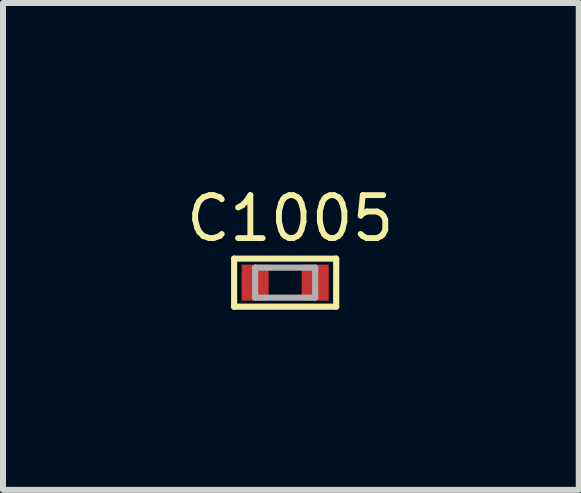
<source format=kicad_pcb>
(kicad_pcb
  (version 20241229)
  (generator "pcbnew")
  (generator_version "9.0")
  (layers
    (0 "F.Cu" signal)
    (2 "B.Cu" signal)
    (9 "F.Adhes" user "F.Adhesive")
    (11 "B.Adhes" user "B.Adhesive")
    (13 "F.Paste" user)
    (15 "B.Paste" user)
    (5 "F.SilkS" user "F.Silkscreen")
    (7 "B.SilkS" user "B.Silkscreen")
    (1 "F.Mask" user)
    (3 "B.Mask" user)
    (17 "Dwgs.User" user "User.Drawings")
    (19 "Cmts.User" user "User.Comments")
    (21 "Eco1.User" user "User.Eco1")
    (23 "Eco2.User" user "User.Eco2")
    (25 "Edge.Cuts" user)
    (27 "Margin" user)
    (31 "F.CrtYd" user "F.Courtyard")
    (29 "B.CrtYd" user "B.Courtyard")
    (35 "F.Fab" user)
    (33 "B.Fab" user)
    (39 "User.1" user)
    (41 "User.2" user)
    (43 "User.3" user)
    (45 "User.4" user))
  (footprint "C1005"
    (layer "F.Cu")
    (at 1.7 1.658)
    (property "Reference" "C1005" (at -1.7 -0.65 0) (layer "F.SilkS") (effects (font (size 0.715 0.715) (thickness 0.098)) (justify left bottom)))
    (fp_line (start -0.85 -0.4) (end 0.85 -0.4) (stroke (width 0.102) (type solid)) (layer "F.SilkS"))
    (fp_line (start -0.85 0.4) (end -0.85 -0.4) (stroke (width 0.102) (type solid)) (layer "F.SilkS"))
    (fp_line (start -0.85 0.4) (end 0.85 0.4) (stroke (width 0.102) (type solid)) (layer "F.SilkS"))
    (fp_line (start 0.85 0.4) (end 0.85 -0.4) (stroke (width 0.102) (type solid)) (layer "F.SilkS"))
    (fp_line (start -0.5 -0.25) (end 0.5 -0.25) (stroke (width 0.102) (type solid)) (layer "F.Fab"))
    (fp_line (start -0.5 0.25) (end -0.5 -0.25) (stroke (width 0.102) (type solid)) (layer "F.Fab"))
    (fp_line (start 0.5 -0.25) (end 0.5 0.25) (stroke (width 0.102) (type solid)) (layer "F.Fab"))
    (fp_line (start 0.5 0.25) (end -0.5 0.25) (stroke (width 0.102) (type solid)) (layer "F.Fab"))
    (pad "1" smd rect (at -0.5 0) (size 0.45 0.6) (layers "F.Cu" "F.Mask" "F.Paste"))
    (pad "2" smd rect (at 0.5 0) (size 0.45 0.6) (layers "F.Cu" "F.Mask" "F.Paste")))
  (gr_rect
    (start -3 -3)
    (end 6.59 5.109)
    (stroke (width 0.1) (type default))
    (fill no)
    (layer "Edge.Cuts")))
</source>
